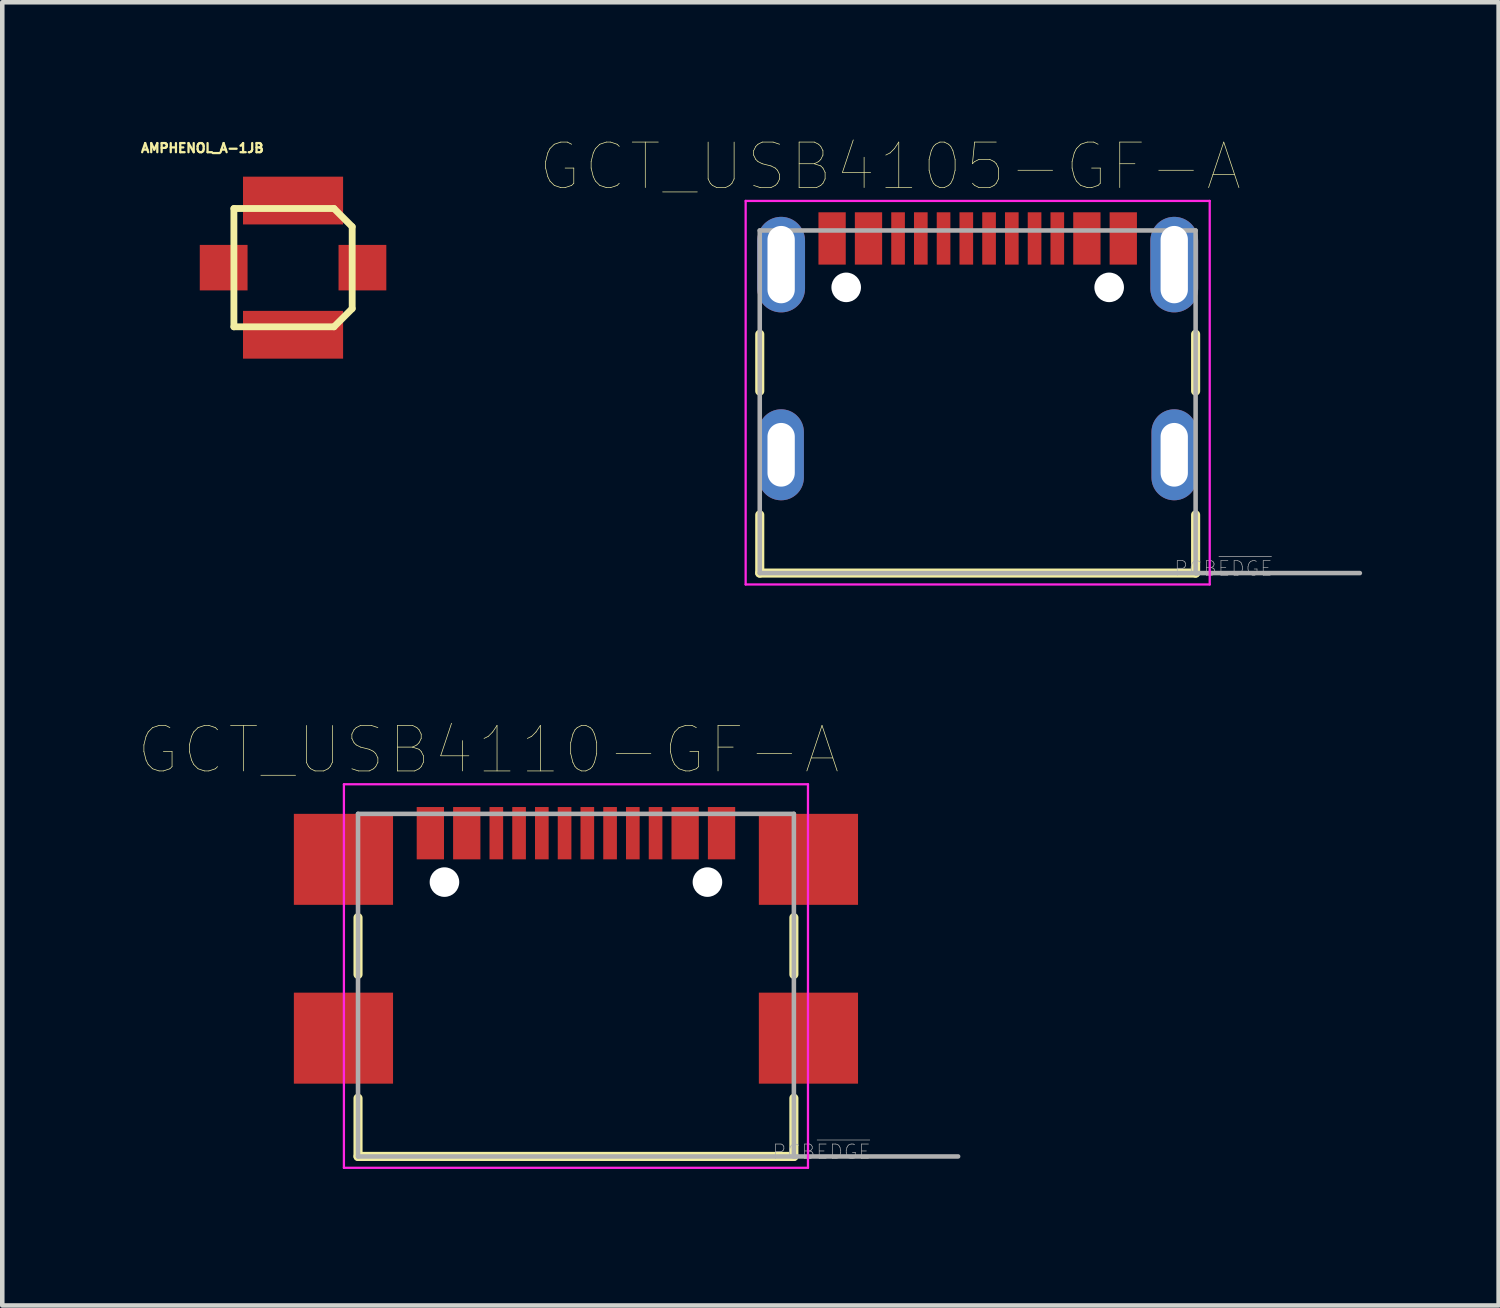
<source format=kicad_pcb>
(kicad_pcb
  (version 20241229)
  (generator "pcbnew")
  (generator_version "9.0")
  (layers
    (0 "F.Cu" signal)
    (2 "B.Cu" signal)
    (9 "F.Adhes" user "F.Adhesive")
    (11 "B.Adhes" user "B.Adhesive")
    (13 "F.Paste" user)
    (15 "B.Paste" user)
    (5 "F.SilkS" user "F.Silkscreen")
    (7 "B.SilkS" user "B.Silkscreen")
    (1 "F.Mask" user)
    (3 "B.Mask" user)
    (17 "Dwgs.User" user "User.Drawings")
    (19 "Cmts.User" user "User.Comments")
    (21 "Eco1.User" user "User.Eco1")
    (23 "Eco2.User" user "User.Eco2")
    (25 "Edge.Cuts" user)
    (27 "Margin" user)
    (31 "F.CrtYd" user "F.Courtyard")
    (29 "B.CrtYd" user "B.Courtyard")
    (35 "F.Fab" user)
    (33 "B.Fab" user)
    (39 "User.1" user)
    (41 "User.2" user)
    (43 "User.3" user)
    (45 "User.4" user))
  (footprint "AMPHENOL_A-1JB"
    (layer "F.Cu")
    (at 3.391 2.833)
    (property "Reference" "AMPHENOL_A-1JB" (at -1.993 -2.628 0) (layer "F.SilkS") (effects (font (size 0.2 0.2) (thickness 0.05))))
    (attr smd)
    (fp_line (start -1.3 -1.3) (end -1.3 1.3) (stroke (width 0.15) (type solid)) (layer "F.SilkS"))
    (fp_line (start -1.3 1.3) (end 0.9 1.3) (stroke (width 0.15) (type solid)) (layer "F.SilkS"))
    (fp_line (start 0.9 -1.3) (end -1.3 -1.3) (stroke (width 0.15) (type solid)) (layer "F.SilkS"))
    (fp_line (start 0.9 1.3) (end 1.3 0.9) (stroke (width 0.15) (type solid)) (layer "F.SilkS"))
    (fp_line (start 1.3 -0.9) (end 0.9 -1.3) (stroke (width 0.15) (type solid)) (layer "F.SilkS"))
    (fp_line (start 1.3 0.9) (end 1.3 -0.9) (stroke (width 0.15) (type solid)) (layer "F.SilkS"))
    (fp_line (start -2.375 -2.375) (end 2.375 -2.375) (stroke (width 0.127) (type solid)) (layer "Eco1.User"))
    (fp_line (start -2.375 2.375) (end -2.375 -2.375) (stroke (width 0.127) (type solid)) (layer "Eco1.User"))
    (fp_line (start 2.375 -2.375) (end 2.375 2.375) (stroke (width 0.127) (type solid)) (layer "Eco1.User"))
    (fp_line (start 2.375 2.375) (end -2.375 2.375) (stroke (width 0.127) (type solid)) (layer "Eco1.User"))
    (fp_line (start -1.3 -1.3) (end 1.3 -1.3) (stroke (width 0.127) (type solid)) (layer "Eco2.User"))
    (fp_line (start 1.3 1.3) (end -1.3 1.3) (stroke (width 0.127) (type solid)) (layer "Eco2.User"))
    (fp_circle (center 0 0) (end 0.177 0) (stroke (width 0.127) (type solid)) (fill no) (layer "Eco2.User"))
    (fp_circle (center 0 0) (end 1 0) (stroke (width 0.127) (type solid)) (fill no) (layer "Eco2.User"))
    (pad "GND1" smd rect (at 0 -1.475) (size 2.2 1.05) (layers "F.Cu" "F.Mask" "F.Paste"))
    (pad "GND2" smd rect (at 0 1.475) (size 2.2 1.05) (layers "F.Cu" "F.Mask" "F.Paste"))
    (pad "OPTIONAL_GND" smd rect (at -1.525 0) (size 1.05 1) (layers "F.Cu" "F.Mask" "F.Paste"))
    (pad "SIGNAL" smd rect (at 1.525 0) (size 1.05 1) (layers "F.Cu" "F.Mask" "F.Paste")))
  (footprint "GCT_USB4105-GF-A"
    (layer "F.Cu")
    (at 18.439 6.946)
    (property "Reference" "GCT_USB4105-GF-A" (at -1.925 -6.335 0) (layer "F.SilkS") (effects (font (size 1 1) (thickness 0.015))))
    (attr through_hole)
    (fp_line (start -4.79 -2.65) (end -4.79 -1.4) (stroke (width 0.2) (type solid)) (layer "F.SilkS"))
    (fp_line (start -4.79 1.32) (end -4.79 2.6) (stroke (width 0.2) (type solid)) (layer "F.SilkS"))
    (fp_line (start -4.79 2.6) (end 4.79 2.6) (stroke (width 0.2) (type solid)) (layer "F.SilkS"))
    (fp_line (start 4.79 -2.65) (end 4.79 -1.4) (stroke (width 0.2) (type solid)) (layer "F.SilkS"))
    (fp_line (start 4.79 2.6) (end 4.79 1.32) (stroke (width 0.2) (type solid)) (layer "F.SilkS"))
    (fp_line (start -5.1 -5.58) (end -5.1 2.85) (stroke (width 0.05) (type solid)) (layer "F.CrtYd"))
    (fp_line (start -5.1 2.85) (end 5.1 2.85) (stroke (width 0.05) (type solid)) (layer "F.CrtYd"))
    (fp_line (start 5.1 -5.58) (end -5.1 -5.58) (stroke (width 0.05) (type solid)) (layer "F.CrtYd"))
    (fp_line (start 5.1 2.85) (end 5.1 -5.58) (stroke (width 0.05) (type solid)) (layer "F.CrtYd"))
    (fp_line (start -4.79 -4.93) (end 4.79 -4.93) (stroke (width 0.1) (type solid)) (layer "F.Fab"))
    (fp_line (start -4.79 2.6) (end -4.79 -4.93) (stroke (width 0.1) (type solid)) (layer "F.Fab"))
    (fp_line (start 4.79 -4.93) (end 4.79 2.6) (stroke (width 0.1) (type solid)) (layer "F.Fab"))
    (fp_line (start 4.79 2.6) (end -4.79 2.6) (stroke (width 0.1) (type solid)) (layer "F.Fab"))
    (fp_line (start 4.8 2.6) (end 8.4 2.6) (stroke (width 0.1) (type solid)) (layer "F.Fab"))
    (fp_text user "PCB~{EDGE}" (at 5.4 2.5 0) (layer "F.Fab") (effects (font (size 0.32 0.32) (thickness 0.015))))
    (pad "" np_thru_hole circle (at -2.89 -3.68) (size 0.65 0.65) (drill 0.65) (layers "*.Cu" "*.Mask"))
    (pad "" np_thru_hole circle (at 2.89 -3.68) (size 0.65 0.65) (drill 0.65) (layers "*.Cu" "*.Mask"))
    (pad "A1/B12" smd rect (at -3.2 -4.755) (size 0.6 1.15) (layers "F.Cu" "F.Mask" "F.Paste"))
    (pad "A4/B9" smd rect (at -2.4 -4.755) (size 0.6 1.15) (layers "F.Cu" "F.Mask" "F.Paste"))
    (pad "A5" smd rect (at -1.25 -4.755) (size 0.3 1.15) (layers "F.Cu" "F.Mask" "F.Paste"))
    (pad "A6" smd rect (at -0.25 -4.755) (size 0.3 1.15) (layers "F.Cu" "F.Mask" "F.Paste"))
    (pad "A7" smd rect (at 0.25 -4.755) (size 0.3 1.15) (layers "F.Cu" "F.Mask" "F.Paste"))
    (pad "A8" smd rect (at 1.25 -4.755) (size 0.3 1.15) (layers "F.Cu" "F.Mask" "F.Paste"))
    (pad "B1/A12" smd rect (at 3.2 -4.755) (size 0.6 1.15) (layers "F.Cu" "F.Mask" "F.Paste"))
    (pad "B4/A9" smd rect (at 2.4 -4.755) (size 0.6 1.15) (layers "F.Cu" "F.Mask" "F.Paste"))
    (pad "B5" smd rect (at 1.75 -4.755) (size 0.3 1.15) (layers "F.Cu" "F.Mask" "F.Paste"))
    (pad "B6" smd rect (at 0.75 -4.755) (size 0.3 1.15) (layers "F.Cu" "F.Mask" "F.Paste"))
    (pad "B7" smd rect (at -0.75 -4.755) (size 0.3 1.15) (layers "F.Cu" "F.Mask" "F.Paste"))
    (pad "B8" smd rect (at -1.75 -4.755) (size 0.3 1.15) (layers "F.Cu" "F.Mask" "F.Paste"))
    (pad "S1" thru_hole oval (at -4.32 -4.18) (size 1.05 2.1) (drill oval 0.6 1.7) (layers "*.Cu" "*.Mask"))
    (pad "S1" thru_hole oval (at -4.32 0) (size 1 2) (drill oval 0.6 1.4) (layers "*.Cu" "*.Mask"))
    (pad "S1" thru_hole oval (at 4.32 -4.18) (size 1.05 2.1) (drill oval 0.6 1.7) (layers "*.Cu" "*.Mask"))
    (pad "S1" thru_hole oval (at 4.32 0) (size 1 2) (drill oval 0.6 1.4) (layers "*.Cu" "*.Mask")))
  (footprint "GCT_USB4110-GF-A"
    (layer "F.Cu")
    (at 9.609 19.768)
    (property "Reference" "GCT_USB4110-GF-A" (at -1.925 -6.335 0) (layer "F.SilkS") (effects (font (size 1 1) (thickness 0.015))))
    (attr smd)
    (fp_line (start -4.79 -2.65) (end -4.79 -1.4) (stroke (width 0.2) (type solid)) (layer "F.SilkS"))
    (fp_line (start -4.79 1.32) (end -4.79 2.6) (stroke (width 0.2) (type solid)) (layer "F.SilkS"))
    (fp_line (start -4.79 2.6) (end 4.79 2.6) (stroke (width 0.2) (type solid)) (layer "F.SilkS"))
    (fp_line (start 4.79 -2.65) (end 4.79 -1.4) (stroke (width 0.2) (type solid)) (layer "F.SilkS"))
    (fp_line (start 4.79 2.6) (end 4.79 1.32) (stroke (width 0.2) (type solid)) (layer "F.SilkS"))
    (fp_line (start -5.1 -5.58) (end -5.1 2.85) (stroke (width 0.05) (type solid)) (layer "F.CrtYd"))
    (fp_line (start -5.1 2.85) (end 5.1 2.85) (stroke (width 0.05) (type solid)) (layer "F.CrtYd"))
    (fp_line (start 5.1 -5.58) (end -5.1 -5.58) (stroke (width 0.05) (type solid)) (layer "F.CrtYd"))
    (fp_line (start 5.1 2.85) (end 5.1 -5.58) (stroke (width 0.05) (type solid)) (layer "F.CrtYd"))
    (fp_line (start -4.79 -4.93) (end 4.79 -4.93) (stroke (width 0.1) (type solid)) (layer "F.Fab"))
    (fp_line (start -4.79 2.6) (end -4.79 -4.93) (stroke (width 0.1) (type solid)) (layer "F.Fab"))
    (fp_line (start 4.79 -4.93) (end 4.79 2.6) (stroke (width 0.1) (type solid)) (layer "F.Fab"))
    (fp_line (start 4.79 2.6) (end -4.79 2.6) (stroke (width 0.1) (type solid)) (layer "F.Fab"))
    (fp_line (start 4.8 2.6) (end 8.4 2.6) (stroke (width 0.1) (type solid)) (layer "F.Fab"))
    (fp_text user "PCB~{EDGE}" (at 5.4 2.5 0) (layer "F.Fab") (effects (font (size 0.32 0.32) (thickness 0.015))))
    (pad "" np_thru_hole circle (at -2.89 -3.43) (size 0.65 0.65) (drill 0.65) (layers "*.Cu" "*.Mask"))
    (pad "" np_thru_hole circle (at 2.89 -3.43) (size 0.65 0.65) (drill 0.65) (layers "*.Cu" "*.Mask"))
    (pad "A1/B12" smd rect (at -3.2 -4.505) (size 0.6 1.15) (layers "F.Cu" "F.Mask" "F.Paste"))
    (pad "A4/B9" smd rect (at -2.4 -4.505) (size 0.6 1.15) (layers "F.Cu" "F.Mask" "F.Paste"))
    (pad "A5" smd rect (at -1.25 -4.505) (size 0.3 1.15) (layers "F.Cu" "F.Mask" "F.Paste"))
    (pad "A6" smd rect (at -0.25 -4.505) (size 0.3 1.15) (layers "F.Cu" "F.Mask" "F.Paste"))
    (pad "A7" smd rect (at 0.25 -4.505) (size 0.3 1.15) (layers "F.Cu" "F.Mask" "F.Paste"))
    (pad "A8" smd rect (at 1.25 -4.505) (size 0.3 1.15) (layers "F.Cu" "F.Mask" "F.Paste"))
    (pad "B1/A12" smd rect (at 3.2 -4.505) (size 0.6 1.15) (layers "F.Cu" "F.Mask" "F.Paste"))
    (pad "B4/A9" smd rect (at 2.4 -4.505) (size 0.6 1.15) (layers "F.Cu" "F.Mask" "F.Paste"))
    (pad "B5" smd rect (at 1.75 -4.505) (size 0.3 1.15) (layers "F.Cu" "F.Mask" "F.Paste"))
    (pad "B6" smd rect (at 0.75 -4.505) (size 0.3 1.15) (layers "F.Cu" "F.Mask" "F.Paste"))
    (pad "B7" smd rect (at -0.75 -4.505) (size 0.3 1.15) (layers "F.Cu" "F.Mask" "F.Paste"))
    (pad "B8" smd rect (at -1.75 -4.505) (size 0.3 1.15) (layers "F.Cu" "F.Mask" "F.Paste"))
    (pad "S1" smd rect (at -5.11 -3.93) (size 2.18 2) (layers "F.Cu" "F.Mask" "F.Paste"))
    (pad "S1" smd rect (at -5.11 0) (size 2.18 2) (layers "F.Cu" "F.Mask" "F.Paste"))
    (pad "S1" smd rect (at 5.11 -3.93) (size 2.18 2) (layers "F.Cu" "F.Mask" "F.Paste"))
    (pad "S1" smd rect (at 5.11 0) (size 2.18 2) (layers "F.Cu" "F.Mask" "F.Paste")))
  (gr_rect
    (start -3 -3)
    (end 29.889 25.643)
    (stroke (width 0.1) (type default))
    (fill no)
    (layer "Edge.Cuts")))
</source>
